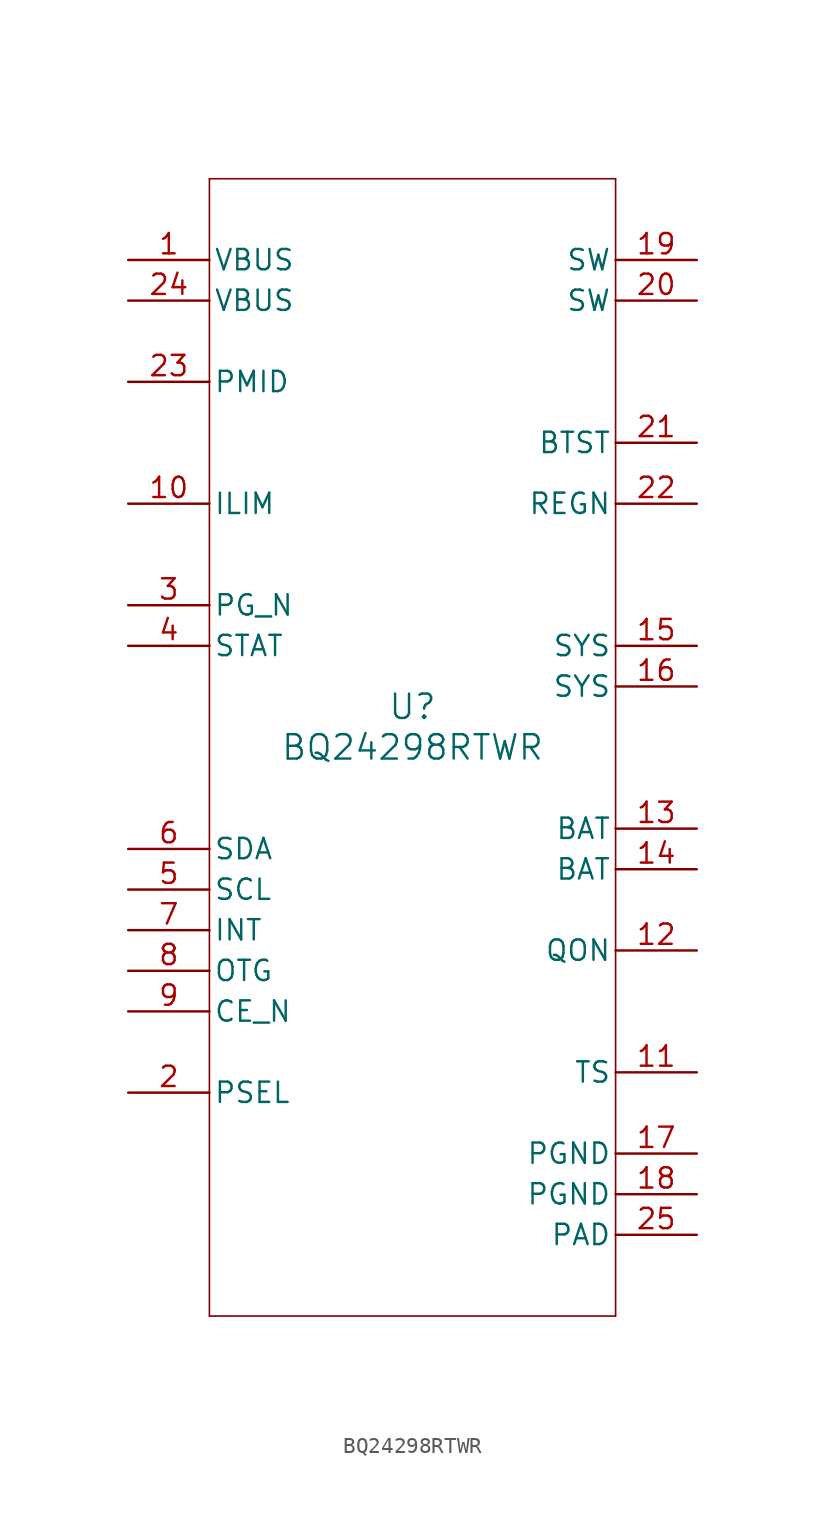
<source format=kicad_sym>
(kicad_symbol_lib
  (version 20241209)
  (generator "kicad_symbol_editor")
  (generator_version "9.0")
  (symbol "BQ24298RTWR"
    (pin_names
      (offset 0.254))
    (property "Reference" "U"
      (at 0 2.54 0)
      (effects (font (size 1.524 1.524))))
    (property "Value" "BQ24298RTWR"
      (at 0 0 0)
      (effects (font (size 1.524 1.524))))
    (property "ki_locked" ""
      (at 0 0 0)
      (effects (font (size 1.27 1.27))))
    (symbol "BQ24298RTWR_0_1"
      (polyline (pts (xy -12.7 35.56) (xy -12.7 -35.56)) (stroke (width 0.102) (type default)) (fill (type none)))
      (polyline (pts (xy -12.7 -35.56) (xy 12.7 -35.56)) (stroke (width 0.102) (type default)) (fill (type none)))
      (polyline (pts (xy 12.7 35.56) (xy -12.7 35.56)) (stroke (width 0.102) (type default)) (fill (type none)))
      (polyline (pts (xy 12.7 -35.56) (xy 12.7 35.56)) (stroke (width 0.102) (type default)) (fill (type none)))
      (pin power_in line (at -17.78 30.48 0) (length 5.08) (name "VBUS" (effects (font (size 1.27 1.27)))) (number "1" (effects (font (size 1.27 1.27)))))
      (pin power_in line (at -17.78 27.94 0) (length 5.08) (name "VBUS" (effects (font (size 1.27 1.27)))) (number "24" (effects (font (size 1.27 1.27)))))
      (pin output line (at -17.78 22.86 0) (length 5.08) (name "PMID" (effects (font (size 1.27 1.27)))) (number "23" (effects (font (size 1.27 1.27)))))
      (pin input line (at -17.78 15.24 0) (length 5.08) (name "ILIM" (effects (font (size 1.27 1.27)))) (number "10" (effects (font (size 1.27 1.27)))))
      (pin output line (at -17.78 8.89 0) (length 5.08) (name "PG_N" (effects (font (size 1.27 1.27)))) (number "3" (effects (font (size 1.27 1.27)))))
      (pin output line (at -17.78 6.35 0) (length 5.08) (name "STAT" (effects (font (size 1.27 1.27)))) (number "4" (effects (font (size 1.27 1.27)))))
      (pin bidirectional line (at -17.78 -6.35 0) (length 5.08) (name "SDA" (effects (font (size 1.27 1.27)))) (number "6" (effects (font (size 1.27 1.27)))))
      (pin input line (at -17.78 -8.89 0) (length 5.08) (name "SCL" (effects (font (size 1.27 1.27)))) (number "5" (effects (font (size 1.27 1.27)))))
      (pin output line (at -17.78 -11.43 0) (length 5.08) (name "INT" (effects (font (size 1.27 1.27)))) (number "7" (effects (font (size 1.27 1.27)))))
      (pin input line (at -17.78 -13.97 0) (length 5.08) (name "OTG" (effects (font (size 1.27 1.27)))) (number "8" (effects (font (size 1.27 1.27)))))
      (pin input line (at -17.78 -16.51 0) (length 5.08) (name "CE_N" (effects (font (size 1.27 1.27)))) (number "9" (effects (font (size 1.27 1.27)))))
      (pin input line (at -17.78 -21.59 0) (length 5.08) (name "PSEL" (effects (font (size 1.27 1.27)))) (number "2" (effects (font (size 1.27 1.27)))))
      (pin power_in line (at 17.78 30.48 180) (length 5.08) (name "SW" (effects (font (size 1.27 1.27)))) (number "19" (effects (font (size 1.27 1.27)))))
      (pin power_in line (at 17.78 27.94 180) (length 5.08) (name "SW" (effects (font (size 1.27 1.27)))) (number "20" (effects (font (size 1.27 1.27)))))
      (pin power_in line (at 17.78 19.05 180) (length 5.08) (name "BTST" (effects (font (size 1.27 1.27)))) (number "21" (effects (font (size 1.27 1.27)))))
      (pin power_in line (at 17.78 15.24 180) (length 5.08) (name "REGN" (effects (font (size 1.27 1.27)))) (number "22" (effects (font (size 1.27 1.27)))))
      (pin power_in line (at 17.78 6.35 180) (length 5.08) (name "SYS" (effects (font (size 1.27 1.27)))) (number "15" (effects (font (size 1.27 1.27)))))
      (pin power_in line (at 17.78 3.81 180) (length 5.08) (name "SYS" (effects (font (size 1.27 1.27)))) (number "16" (effects (font (size 1.27 1.27)))))
      (pin power_in line (at 17.78 -5.08 180) (length 5.08) (name "BAT" (effects (font (size 1.27 1.27)))) (number "13" (effects (font (size 1.27 1.27)))))
      (pin power_in line (at 17.78 -7.62 180) (length 5.08) (name "BAT" (effects (font (size 1.27 1.27)))) (number "14" (effects (font (size 1.27 1.27)))))
      (pin input line (at 17.78 -12.7 180) (length 5.08) (name "QON" (effects (font (size 1.27 1.27)))) (number "12" (effects (font (size 1.27 1.27)))))
      (pin input line (at 17.78 -20.32 180) (length 5.08) (name "TS" (effects (font (size 1.27 1.27)))) (number "11" (effects (font (size 1.27 1.27)))))
      (pin power_in line (at 17.78 -25.4 180) (length 5.08) (name "PGND" (effects (font (size 1.27 1.27)))) (number "17" (effects (font (size 1.27 1.27)))))
      (pin power_in line (at 17.78 -27.94 180) (length 5.08) (name "PGND" (effects (font (size 1.27 1.27)))) (number "18" (effects (font (size 1.27 1.27)))))
      (pin power_in line (at 17.78 -30.48 180) (length 5.08) (name "PAD" (effects (font (size 1.27 1.27)))) (number "25" (effects (font (size 1.27 1.27))))))))
</source>
